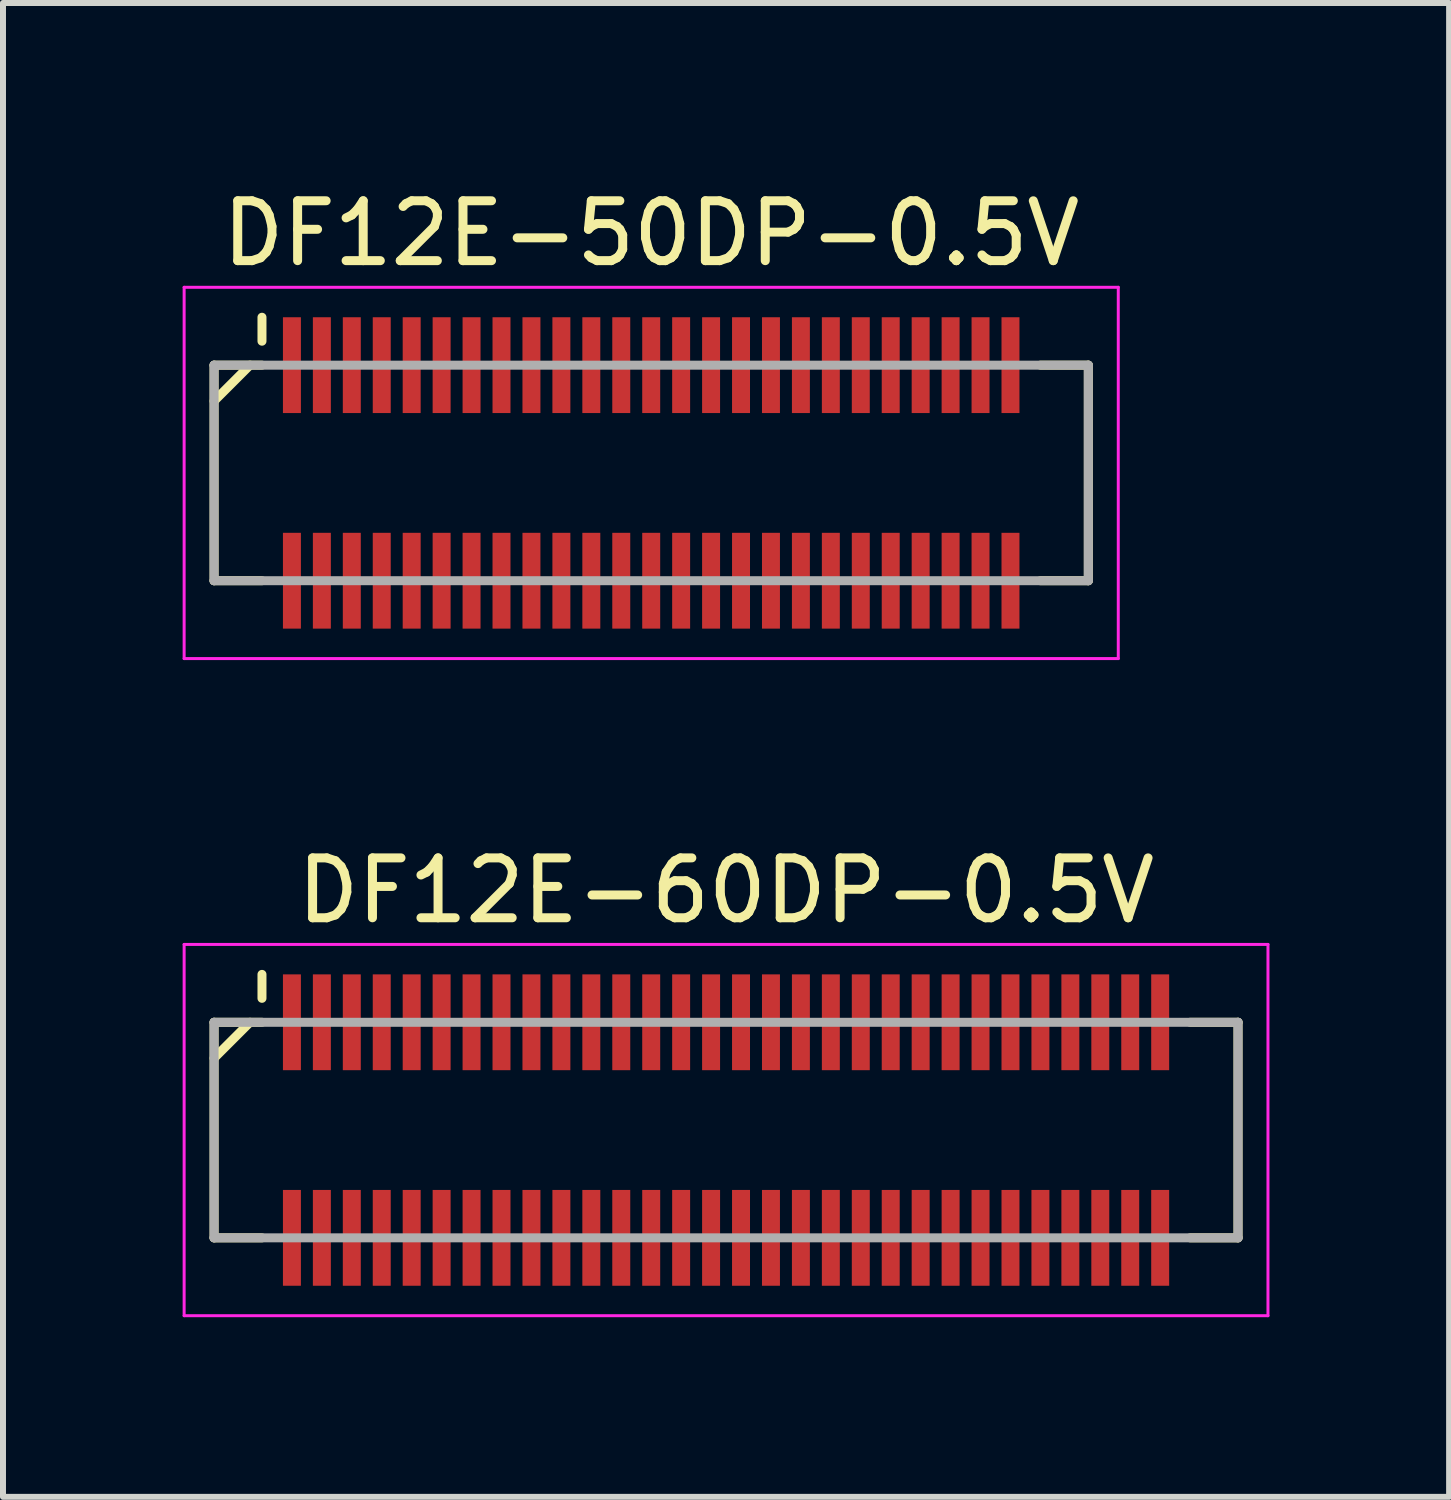
<source format=kicad_pcb>
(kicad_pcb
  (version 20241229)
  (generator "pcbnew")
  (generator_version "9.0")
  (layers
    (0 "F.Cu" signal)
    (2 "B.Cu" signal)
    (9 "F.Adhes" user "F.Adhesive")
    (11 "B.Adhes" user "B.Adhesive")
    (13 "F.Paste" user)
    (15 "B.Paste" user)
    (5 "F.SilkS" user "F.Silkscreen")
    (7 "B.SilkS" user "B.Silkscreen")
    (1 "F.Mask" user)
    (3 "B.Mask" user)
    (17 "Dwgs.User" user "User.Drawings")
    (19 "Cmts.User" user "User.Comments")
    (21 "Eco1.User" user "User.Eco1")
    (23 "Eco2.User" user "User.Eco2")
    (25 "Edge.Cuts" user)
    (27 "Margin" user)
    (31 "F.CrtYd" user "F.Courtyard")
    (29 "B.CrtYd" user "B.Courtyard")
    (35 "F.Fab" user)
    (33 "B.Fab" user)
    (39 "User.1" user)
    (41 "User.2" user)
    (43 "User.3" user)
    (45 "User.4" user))
  (footprint "DF12E-60DP-0.5V"
    (layer "F.Cu")
    (at 9.075 15.822)
    (property "Reference" "DF12E-60DP-0.5V" (at 0 -4 0) (layer "F.SilkS") (effects (font (size 1 1) (thickness 0.15))))
    (attr smd)
    (fp_line (start -8.55 -1.8) (end -8.55 1.8) (stroke (width 0.15) (type solid)) (layer "F.SilkS"))
    (fp_line (start -8.55 -1.8) (end -7.75 -1.8) (stroke (width 0.15) (type solid)) (layer "F.SilkS"))
    (fp_line (start -8.55 1.8) (end -7.75 1.8) (stroke (width 0.15) (type solid)) (layer "F.SilkS"))
    (fp_line (start -7.95 -1.8) (end -8.55 -1.2) (stroke (width 0.15) (type solid)) (layer "F.SilkS"))
    (fp_line (start -7.75 -2.6) (end -7.75 -2.2) (stroke (width 0.15) (type solid)) (layer "F.SilkS"))
    (fp_line (start 7.75 -1.8) (end 8.55 -1.8) (stroke (width 0.15) (type solid)) (layer "F.SilkS"))
    (fp_line (start 7.75 1.8) (end 8.55 1.8) (stroke (width 0.15) (type solid)) (layer "F.SilkS"))
    (fp_line (start 8.55 -1.8) (end 8.55 1.8) (stroke (width 0.15) (type solid)) (layer "F.SilkS"))
    (fp_line (start -9.05 -3.1) (end -9.05 3.1) (stroke (width 0.05) (type solid)) (layer "F.CrtYd"))
    (fp_line (start -9.05 -3.1) (end 9.05 -3.1) (stroke (width 0.05) (type solid)) (layer "F.CrtYd"))
    (fp_line (start -9.05 3.1) (end 9.05 3.1) (stroke (width 0.05) (type solid)) (layer "F.CrtYd"))
    (fp_line (start 9.05 -3.1) (end 9.05 3.1) (stroke (width 0.05) (type solid)) (layer "F.CrtYd"))
    (fp_line (start -8.55 -1.8) (end -8.55 1.8) (stroke (width 0.15) (type solid)) (layer "F.Fab"))
    (fp_line (start -8.55 -1.8) (end 8.55 -1.8) (stroke (width 0.15) (type solid)) (layer "F.Fab"))
    (fp_line (start -8.55 1.8) (end 8.55 1.8) (stroke (width 0.15) (type solid)) (layer "F.Fab"))
    (fp_line (start 8.55 -1.8) (end 8.55 1.8) (stroke (width 0.15) (type solid)) (layer "F.Fab"))
    (pad "1" smd rect (at -7.25 -1.8) (size 0.3 1.6) (layers "F.Cu" "F.Mask" "F.Paste"))
    (pad "2" smd rect (at -7.25 1.8) (size 0.3 1.6) (layers "F.Cu" "F.Mask" "F.Paste"))
    (pad "3" smd rect (at -6.75 -1.8) (size 0.3 1.6) (layers "F.Cu" "F.Mask" "F.Paste"))
    (pad "4" smd rect (at -6.75 1.8) (size 0.3 1.6) (layers "F.Cu" "F.Mask" "F.Paste"))
    (pad "5" smd rect (at -6.25 -1.8) (size 0.3 1.6) (layers "F.Cu" "F.Mask" "F.Paste"))
    (pad "6" smd rect (at -6.25 1.8) (size 0.3 1.6) (layers "F.Cu" "F.Mask" "F.Paste"))
    (pad "7" smd rect (at -5.75 -1.8) (size 0.3 1.6) (layers "F.Cu" "F.Mask" "F.Paste"))
    (pad "8" smd rect (at -5.75 1.8) (size 0.3 1.6) (layers "F.Cu" "F.Mask" "F.Paste"))
    (pad "9" smd rect (at -5.25 -1.8) (size 0.3 1.6) (layers "F.Cu" "F.Mask" "F.Paste"))
    (pad "10" smd rect (at -5.25 1.8) (size 0.3 1.6) (layers "F.Cu" "F.Mask" "F.Paste"))
    (pad "11" smd rect (at -4.75 -1.8) (size 0.3 1.6) (layers "F.Cu" "F.Mask" "F.Paste"))
    (pad "12" smd rect (at -4.75 1.8) (size 0.3 1.6) (layers "F.Cu" "F.Mask" "F.Paste"))
    (pad "13" smd rect (at -4.25 -1.8) (size 0.3 1.6) (layers "F.Cu" "F.Mask" "F.Paste"))
    (pad "14" smd rect (at -4.25 1.8) (size 0.3 1.6) (layers "F.Cu" "F.Mask" "F.Paste"))
    (pad "15" smd rect (at -3.75 -1.8) (size 0.3 1.6) (layers "F.Cu" "F.Mask" "F.Paste"))
    (pad "16" smd rect (at -3.75 1.8) (size 0.3 1.6) (layers "F.Cu" "F.Mask" "F.Paste"))
    (pad "17" smd rect (at -3.25 -1.8) (size 0.3 1.6) (layers "F.Cu" "F.Mask" "F.Paste"))
    (pad "18" smd rect (at -3.25 1.8) (size 0.3 1.6) (layers "F.Cu" "F.Mask" "F.Paste"))
    (pad "19" smd rect (at -2.75 -1.8) (size 0.3 1.6) (layers "F.Cu" "F.Mask" "F.Paste"))
    (pad "20" smd rect (at -2.75 1.8) (size 0.3 1.6) (layers "F.Cu" "F.Mask" "F.Paste"))
    (pad "21" smd rect (at -2.25 -1.8) (size 0.3 1.6) (layers "F.Cu" "F.Mask" "F.Paste"))
    (pad "22" smd rect (at -2.25 1.8) (size 0.3 1.6) (layers "F.Cu" "F.Mask" "F.Paste"))
    (pad "23" smd rect (at -1.75 -1.8) (size 0.3 1.6) (layers "F.Cu" "F.Mask" "F.Paste"))
    (pad "24" smd rect (at -1.75 1.8) (size 0.3 1.6) (layers "F.Cu" "F.Mask" "F.Paste"))
    (pad "25" smd rect (at -1.25 -1.8) (size 0.3 1.6) (layers "F.Cu" "F.Mask" "F.Paste"))
    (pad "26" smd rect (at -1.25 1.8) (size 0.3 1.6) (layers "F.Cu" "F.Mask" "F.Paste"))
    (pad "27" smd rect (at -0.75 -1.8) (size 0.3 1.6) (layers "F.Cu" "F.Mask" "F.Paste"))
    (pad "28" smd rect (at -0.75 1.8) (size 0.3 1.6) (layers "F.Cu" "F.Mask" "F.Paste"))
    (pad "29" smd rect (at -0.25 -1.8) (size 0.3 1.6) (layers "F.Cu" "F.Mask" "F.Paste"))
    (pad "30" smd rect (at -0.25 1.8) (size 0.3 1.6) (layers "F.Cu" "F.Mask" "F.Paste"))
    (pad "31" smd rect (at 0.25 -1.8) (size 0.3 1.6) (layers "F.Cu" "F.Mask" "F.Paste"))
    (pad "32" smd rect (at 0.25 1.8) (size 0.3 1.6) (layers "F.Cu" "F.Mask" "F.Paste"))
    (pad "33" smd rect (at 0.75 -1.8) (size 0.3 1.6) (layers "F.Cu" "F.Mask" "F.Paste"))
    (pad "34" smd rect (at 0.75 1.8) (size 0.3 1.6) (layers "F.Cu" "F.Mask" "F.Paste"))
    (pad "35" smd rect (at 1.25 -1.8) (size 0.3 1.6) (layers "F.Cu" "F.Mask" "F.Paste"))
    (pad "36" smd rect (at 1.25 1.8) (size 0.3 1.6) (layers "F.Cu" "F.Mask" "F.Paste"))
    (pad "37" smd rect (at 1.75 -1.8) (size 0.3 1.6) (layers "F.Cu" "F.Mask" "F.Paste"))
    (pad "38" smd rect (at 1.75 1.8) (size 0.3 1.6) (layers "F.Cu" "F.Mask" "F.Paste"))
    (pad "39" smd rect (at 2.25 -1.8) (size 0.3 1.6) (layers "F.Cu" "F.Mask" "F.Paste"))
    (pad "40" smd rect (at 2.25 1.8) (size 0.3 1.6) (layers "F.Cu" "F.Mask" "F.Paste"))
    (pad "41" smd rect (at 2.75 -1.8) (size 0.3 1.6) (layers "F.Cu" "F.Mask" "F.Paste"))
    (pad "42" smd rect (at 2.75 1.8) (size 0.3 1.6) (layers "F.Cu" "F.Mask" "F.Paste"))
    (pad "43" smd rect (at 3.25 -1.8) (size 0.3 1.6) (layers "F.Cu" "F.Mask" "F.Paste"))
    (pad "44" smd rect (at 3.25 1.8) (size 0.3 1.6) (layers "F.Cu" "F.Mask" "F.Paste"))
    (pad "45" smd rect (at 3.75 -1.8) (size 0.3 1.6) (layers "F.Cu" "F.Mask" "F.Paste"))
    (pad "46" smd rect (at 3.75 1.8) (size 0.3 1.6) (layers "F.Cu" "F.Mask" "F.Paste"))
    (pad "47" smd rect (at 4.25 -1.8) (size 0.3 1.6) (layers "F.Cu" "F.Mask" "F.Paste"))
    (pad "48" smd rect (at 4.25 1.8) (size 0.3 1.6) (layers "F.Cu" "F.Mask" "F.Paste"))
    (pad "49" smd rect (at 4.75 -1.8) (size 0.3 1.6) (layers "F.Cu" "F.Mask" "F.Paste"))
    (pad "50" smd rect (at 4.75 1.8) (size 0.3 1.6) (layers "F.Cu" "F.Mask" "F.Paste"))
    (pad "51" smd rect (at 5.25 -1.8) (size 0.3 1.6) (layers "F.Cu" "F.Mask" "F.Paste"))
    (pad "52" smd rect (at 5.25 1.8) (size 0.3 1.6) (layers "F.Cu" "F.Mask" "F.Paste"))
    (pad "53" smd rect (at 5.75 -1.8) (size 0.3 1.6) (layers "F.Cu" "F.Mask" "F.Paste"))
    (pad "54" smd rect (at 5.75 1.8) (size 0.3 1.6) (layers "F.Cu" "F.Mask" "F.Paste"))
    (pad "55" smd rect (at 6.25 -1.8) (size 0.3 1.6) (layers "F.Cu" "F.Mask" "F.Paste"))
    (pad "56" smd rect (at 6.25 1.8) (size 0.3 1.6) (layers "F.Cu" "F.Mask" "F.Paste"))
    (pad "57" smd rect (at 6.75 -1.8) (size 0.3 1.6) (layers "F.Cu" "F.Mask" "F.Paste"))
    (pad "58" smd rect (at 6.75 1.8) (size 0.3 1.6) (layers "F.Cu" "F.Mask" "F.Paste"))
    (pad "59" smd rect (at 7.25 -1.8) (size 0.3 1.6) (layers "F.Cu" "F.Mask" "F.Paste"))
    (pad "60" smd rect (at 7.25 1.8) (size 0.3 1.6) (layers "F.Cu" "F.Mask" "F.Paste")))
  (footprint "DF12E-50DP-0.5V"
    (layer "F.Cu")
    (at 7.825 4.848)
    (property "Reference" "DF12E-50DP-0.5V" (at 0 -4 0) (layer "F.SilkS") (effects (font (size 1 1) (thickness 0.15))))
    (attr smd)
    (fp_line (start -7.3 -1.8) (end -7.3 1.8) (stroke (width 0.15) (type solid)) (layer "F.SilkS"))
    (fp_line (start -7.3 -1.8) (end -6.5 -1.8) (stroke (width 0.15) (type solid)) (layer "F.SilkS"))
    (fp_line (start -7.3 1.8) (end -6.5 1.8) (stroke (width 0.15) (type solid)) (layer "F.SilkS"))
    (fp_line (start -6.7 -1.8) (end -7.3 -1.2) (stroke (width 0.15) (type solid)) (layer "F.SilkS"))
    (fp_line (start -6.5 -2.6) (end -6.5 -2.2) (stroke (width 0.15) (type solid)) (layer "F.SilkS"))
    (fp_line (start 6.5 -1.8) (end 7.3 -1.8) (stroke (width 0.15) (type solid)) (layer "F.SilkS"))
    (fp_line (start 6.5 1.8) (end 7.3 1.8) (stroke (width 0.15) (type solid)) (layer "F.SilkS"))
    (fp_line (start 7.3 -1.8) (end 7.3 1.8) (stroke (width 0.15) (type solid)) (layer "F.SilkS"))
    (fp_line (start -7.8 -3.1) (end -7.8 3.1) (stroke (width 0.05) (type solid)) (layer "F.CrtYd"))
    (fp_line (start -7.8 -3.1) (end 7.8 -3.1) (stroke (width 0.05) (type solid)) (layer "F.CrtYd"))
    (fp_line (start -7.8 3.1) (end 7.8 3.1) (stroke (width 0.05) (type solid)) (layer "F.CrtYd"))
    (fp_line (start 7.8 -3.1) (end 7.8 3.1) (stroke (width 0.05) (type solid)) (layer "F.CrtYd"))
    (fp_line (start -7.3 -1.8) (end -7.3 1.8) (stroke (width 0.15) (type solid)) (layer "F.Fab"))
    (fp_line (start -7.3 -1.8) (end 7.3 -1.8) (stroke (width 0.15) (type solid)) (layer "F.Fab"))
    (fp_line (start -7.3 1.8) (end 7.3 1.8) (stroke (width 0.15) (type solid)) (layer "F.Fab"))
    (fp_line (start 7.3 -1.8) (end 7.3 1.8) (stroke (width 0.15) (type solid)) (layer "F.Fab"))
    (pad "1" smd rect (at -6 -1.8) (size 0.3 1.6) (layers "F.Cu" "F.Mask" "F.Paste"))
    (pad "2" smd rect (at -6 1.8) (size 0.3 1.6) (layers "F.Cu" "F.Mask" "F.Paste"))
    (pad "3" smd rect (at -5.5 -1.8) (size 0.3 1.6) (layers "F.Cu" "F.Mask" "F.Paste"))
    (pad "4" smd rect (at -5.5 1.8) (size 0.3 1.6) (layers "F.Cu" "F.Mask" "F.Paste"))
    (pad "5" smd rect (at -5 -1.8) (size 0.3 1.6) (layers "F.Cu" "F.Mask" "F.Paste"))
    (pad "6" smd rect (at -5 1.8) (size 0.3 1.6) (layers "F.Cu" "F.Mask" "F.Paste"))
    (pad "7" smd rect (at -4.5 -1.8) (size 0.3 1.6) (layers "F.Cu" "F.Mask" "F.Paste"))
    (pad "8" smd rect (at -4.5 1.8) (size 0.3 1.6) (layers "F.Cu" "F.Mask" "F.Paste"))
    (pad "9" smd rect (at -4 -1.8) (size 0.3 1.6) (layers "F.Cu" "F.Mask" "F.Paste"))
    (pad "10" smd rect (at -4 1.8) (size 0.3 1.6) (layers "F.Cu" "F.Mask" "F.Paste"))
    (pad "11" smd rect (at -3.5 -1.8) (size 0.3 1.6) (layers "F.Cu" "F.Mask" "F.Paste"))
    (pad "12" smd rect (at -3.5 1.8) (size 0.3 1.6) (layers "F.Cu" "F.Mask" "F.Paste"))
    (pad "13" smd rect (at -3 -1.8) (size 0.3 1.6) (layers "F.Cu" "F.Mask" "F.Paste"))
    (pad "14" smd rect (at -3 1.8) (size 0.3 1.6) (layers "F.Cu" "F.Mask" "F.Paste"))
    (pad "15" smd rect (at -2.5 -1.8) (size 0.3 1.6) (layers "F.Cu" "F.Mask" "F.Paste"))
    (pad "16" smd rect (at -2.5 1.8) (size 0.3 1.6) (layers "F.Cu" "F.Mask" "F.Paste"))
    (pad "17" smd rect (at -2 -1.8) (size 0.3 1.6) (layers "F.Cu" "F.Mask" "F.Paste"))
    (pad "18" smd rect (at -2 1.8) (size 0.3 1.6) (layers "F.Cu" "F.Mask" "F.Paste"))
    (pad "19" smd rect (at -1.5 -1.8) (size 0.3 1.6) (layers "F.Cu" "F.Mask" "F.Paste"))
    (pad "20" smd rect (at -1.5 1.8) (size 0.3 1.6) (layers "F.Cu" "F.Mask" "F.Paste"))
    (pad "21" smd rect (at -1 -1.8) (size 0.3 1.6) (layers "F.Cu" "F.Mask" "F.Paste"))
    (pad "22" smd rect (at -1 1.8) (size 0.3 1.6) (layers "F.Cu" "F.Mask" "F.Paste"))
    (pad "23" smd rect (at -0.5 -1.8) (size 0.3 1.6) (layers "F.Cu" "F.Mask" "F.Paste"))
    (pad "24" smd rect (at -0.5 1.8) (size 0.3 1.6) (layers "F.Cu" "F.Mask" "F.Paste"))
    (pad "25" smd rect (at 0 -1.8) (size 0.3 1.6) (layers "F.Cu" "F.Mask" "F.Paste"))
    (pad "26" smd rect (at 0 1.8) (size 0.3 1.6) (layers "F.Cu" "F.Mask" "F.Paste"))
    (pad "27" smd rect (at 0.5 -1.8) (size 0.3 1.6) (layers "F.Cu" "F.Mask" "F.Paste"))
    (pad "28" smd rect (at 0.5 1.8) (size 0.3 1.6) (layers "F.Cu" "F.Mask" "F.Paste"))
    (pad "29" smd rect (at 1 -1.8) (size 0.3 1.6) (layers "F.Cu" "F.Mask" "F.Paste"))
    (pad "30" smd rect (at 1 1.8) (size 0.3 1.6) (layers "F.Cu" "F.Mask" "F.Paste"))
    (pad "31" smd rect (at 1.5 -1.8) (size 0.3 1.6) (layers "F.Cu" "F.Mask" "F.Paste"))
    (pad "32" smd rect (at 1.5 1.8) (size 0.3 1.6) (layers "F.Cu" "F.Mask" "F.Paste"))
    (pad "33" smd rect (at 2 -1.8) (size 0.3 1.6) (layers "F.Cu" "F.Mask" "F.Paste"))
    (pad "34" smd rect (at 2 1.8) (size 0.3 1.6) (layers "F.Cu" "F.Mask" "F.Paste"))
    (pad "35" smd rect (at 2.5 -1.8) (size 0.3 1.6) (layers "F.Cu" "F.Mask" "F.Paste"))
    (pad "36" smd rect (at 2.5 1.8) (size 0.3 1.6) (layers "F.Cu" "F.Mask" "F.Paste"))
    (pad "37" smd rect (at 3 -1.8) (size 0.3 1.6) (layers "F.Cu" "F.Mask" "F.Paste"))
    (pad "38" smd rect (at 3 1.8) (size 0.3 1.6) (layers "F.Cu" "F.Mask" "F.Paste"))
    (pad "39" smd rect (at 3.5 -1.8) (size 0.3 1.6) (layers "F.Cu" "F.Mask" "F.Paste"))
    (pad "40" smd rect (at 3.5 1.8) (size 0.3 1.6) (layers "F.Cu" "F.Mask" "F.Paste"))
    (pad "41" smd rect (at 4 -1.8) (size 0.3 1.6) (layers "F.Cu" "F.Mask" "F.Paste"))
    (pad "42" smd rect (at 4 1.8) (size 0.3 1.6) (layers "F.Cu" "F.Mask" "F.Paste"))
    (pad "43" smd rect (at 4.5 -1.8) (size 0.3 1.6) (layers "F.Cu" "F.Mask" "F.Paste"))
    (pad "44" smd rect (at 4.5 1.8) (size 0.3 1.6) (layers "F.Cu" "F.Mask" "F.Paste"))
    (pad "45" smd rect (at 5 -1.8) (size 0.3 1.6) (layers "F.Cu" "F.Mask" "F.Paste"))
    (pad "46" smd rect (at 5 1.8) (size 0.3 1.6) (layers "F.Cu" "F.Mask" "F.Paste"))
    (pad "47" smd rect (at 5.5 -1.8) (size 0.3 1.6) (layers "F.Cu" "F.Mask" "F.Paste"))
    (pad "48" smd rect (at 5.5 1.8) (size 0.3 1.6) (layers "F.Cu" "F.Mask" "F.Paste"))
    (pad "49" smd rect (at 6 -1.8) (size 0.3 1.6) (layers "F.Cu" "F.Mask" "F.Paste"))
    (pad "50" smd rect (at 6 1.8) (size 0.3 1.6) (layers "F.Cu" "F.Mask" "F.Paste")))
  (gr_rect
    (start -3 -3)
    (end 21.15 21.947)
    (stroke (width 0.1) (type default))
    (fill no)
    (layer "Edge.Cuts")))
</source>
